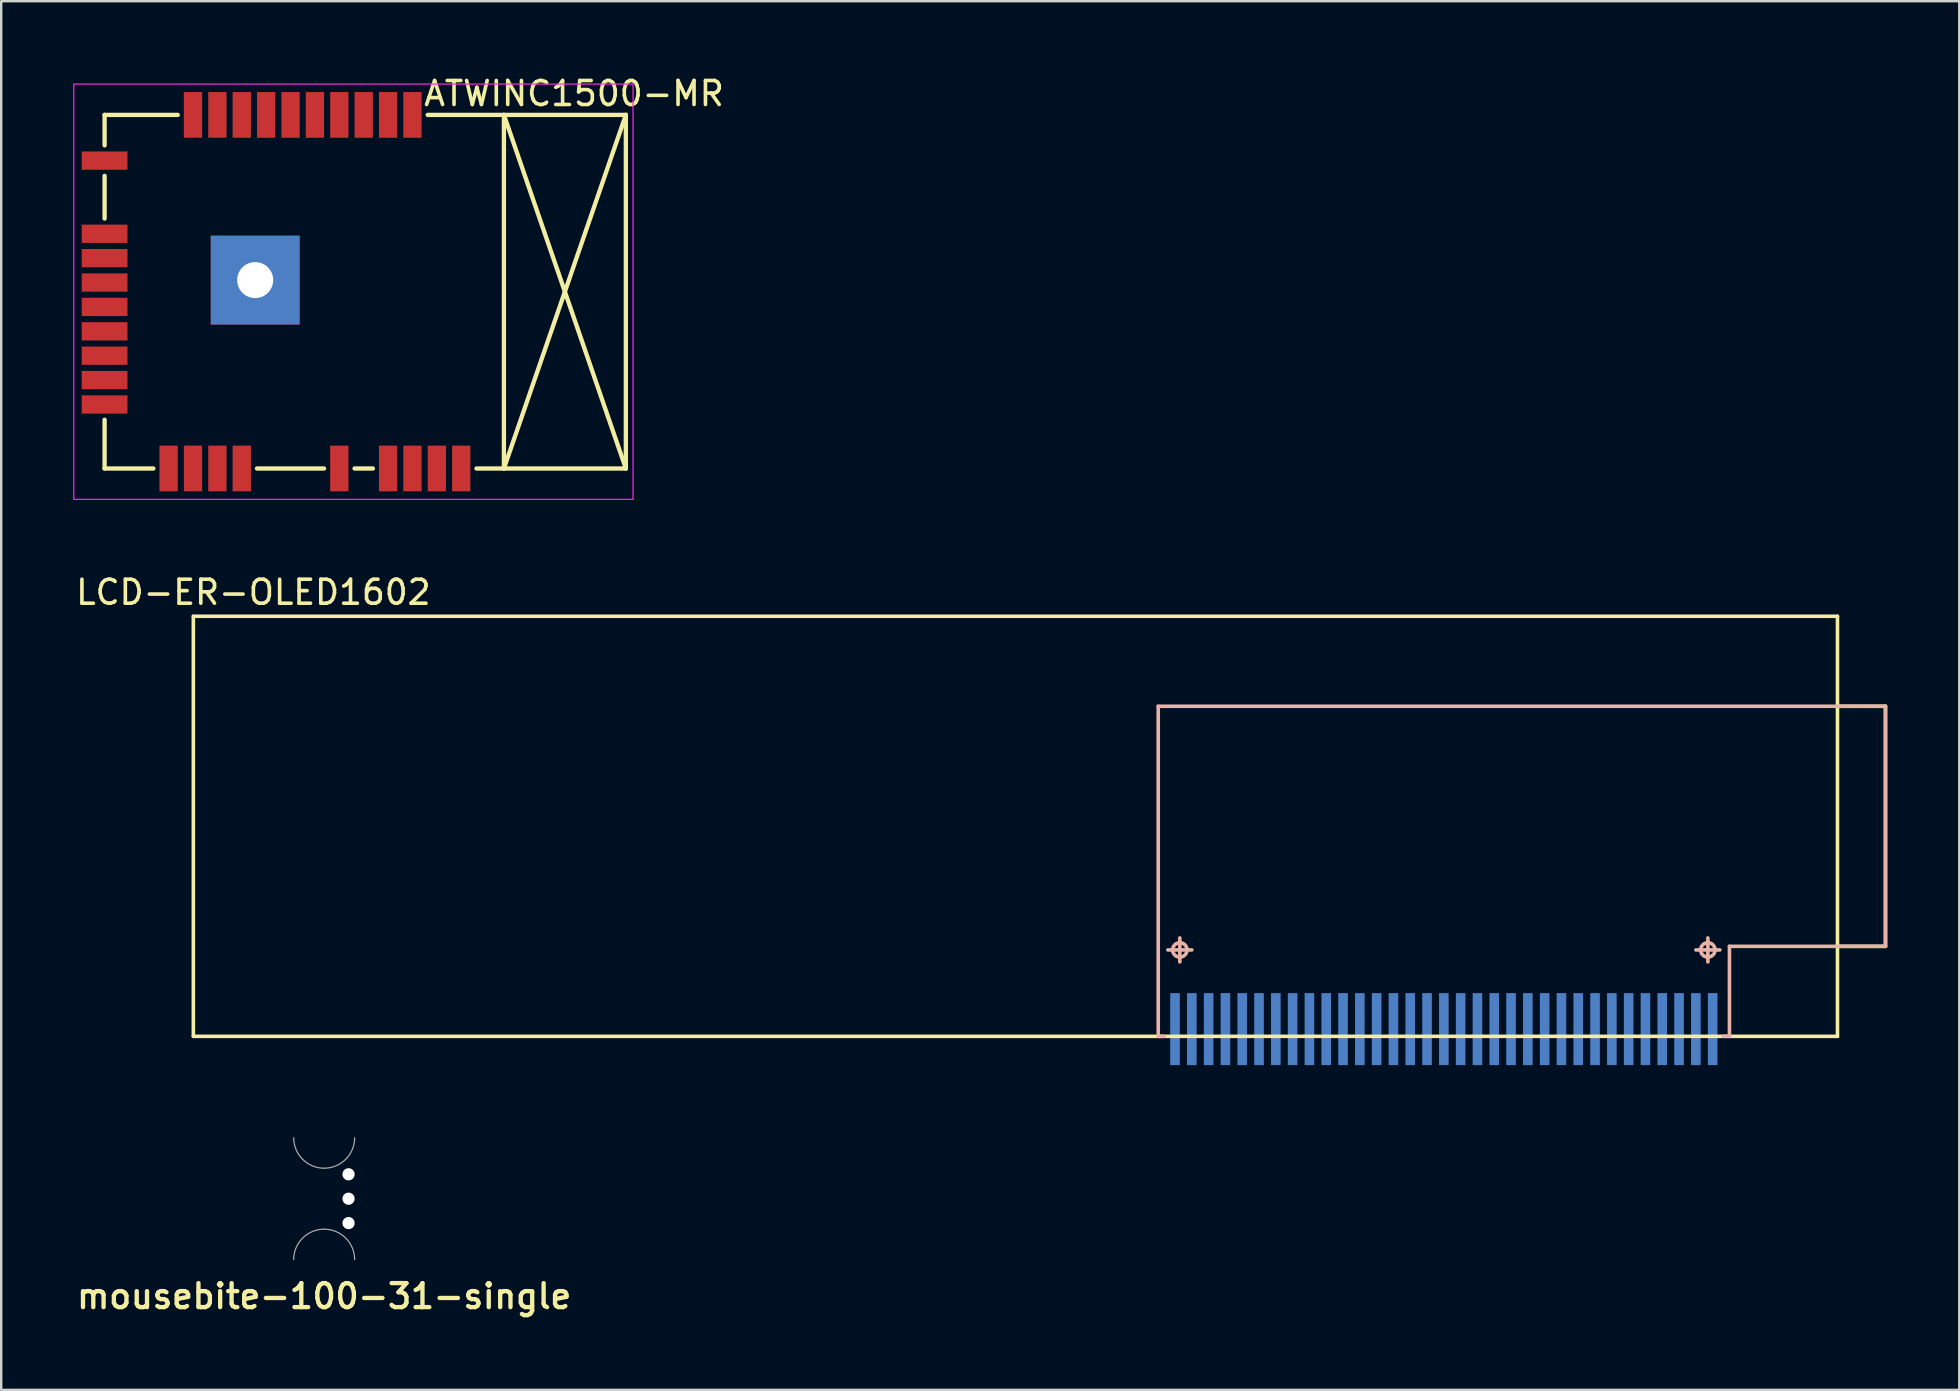
<source format=kicad_pcb>
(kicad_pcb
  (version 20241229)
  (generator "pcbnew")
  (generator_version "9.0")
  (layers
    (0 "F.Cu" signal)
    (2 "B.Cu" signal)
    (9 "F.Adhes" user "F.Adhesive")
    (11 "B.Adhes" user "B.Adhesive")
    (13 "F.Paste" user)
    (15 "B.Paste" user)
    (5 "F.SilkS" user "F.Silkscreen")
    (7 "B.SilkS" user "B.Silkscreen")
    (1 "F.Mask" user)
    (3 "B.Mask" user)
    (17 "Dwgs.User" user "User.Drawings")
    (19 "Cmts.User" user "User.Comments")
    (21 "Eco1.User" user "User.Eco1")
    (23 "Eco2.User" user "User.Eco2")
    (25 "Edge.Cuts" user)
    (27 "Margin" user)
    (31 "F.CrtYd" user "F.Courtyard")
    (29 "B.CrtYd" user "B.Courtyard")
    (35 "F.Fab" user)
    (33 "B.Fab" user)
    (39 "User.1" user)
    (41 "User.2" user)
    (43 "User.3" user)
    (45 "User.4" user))
  (footprint "mousebite-100-31-single"
    (layer "F.Cu")
    (at 10.456 46.892)
    (property "Reference" "mousebite-100-31-single" (at 0 4.064 0) (layer "F.SilkS") (effects (font (size 1 1) (thickness 0.18))))
    (attr through_hole)
    (fp_arc (start -1.27 2.54) (mid -0.898026 1.641974) (end 0 1.27) (stroke (width 0.05) (type solid)) (layer "F.Fab"))
    (fp_arc (start 0 -1.27) (mid -0.898026 -1.641974) (end -1.27 -2.54) (stroke (width 0.05) (type solid)) (layer "F.Fab"))
    (fp_arc (start 0 1.27) (mid 0.898026 1.641974) (end 1.27 2.54) (stroke (width 0.05) (type solid)) (layer "F.Fab"))
    (fp_arc (start 1.27 -2.54) (mid 0.898026 -1.641974) (end 0 -1.27) (stroke (width 0.05) (type solid)) (layer "F.Fab"))
    (pad "" np_thru_hole circle (at 1.016 -1.016) (size 0.508 0.508) (drill 0.508) (layers "*.Cu"))
    (pad "" np_thru_hole circle (at 1.016 0) (size 0.508 0.508) (drill 0.508) (layers "*.Cu"))
    (pad "" np_thru_hole circle (at 1.016 1.016) (size 0.508 0.508) (drill 0.508) (layers "*.Cu")))
  (footprint "ATWINC1500-MR"
    (layer "F.Cu")
    (at 23.025 9.103)
    (property "Reference" "ATWINC1500-MR" (at -2.159 -8.255 0) (layer "F.SilkS") (effects (font (size 1 1) (thickness 0.15))))
    (attr through_hole)
    (fp_line (start -21.717 -7.366) (end -21.717 -6.096) (stroke (width 0.18) (type solid)) (layer "F.SilkS"))
    (fp_line (start -21.717 -7.366) (end -18.669 -7.366) (stroke (width 0.18) (type solid)) (layer "F.SilkS"))
    (fp_line (start -21.717 -4.826) (end -21.717 -3.048) (stroke (width 0.18) (type solid)) (layer "F.SilkS"))
    (fp_line (start -21.717 7.366) (end -21.717 5.334) (stroke (width 0.18) (type solid)) (layer "F.SilkS"))
    (fp_line (start -21.717 7.366) (end -19.685 7.366) (stroke (width 0.18) (type solid)) (layer "F.SilkS"))
    (fp_line (start -15.367 7.366) (end -12.573 7.366) (stroke (width 0.18) (type solid)) (layer "F.SilkS"))
    (fp_line (start -11.303 7.366) (end -10.541 7.366) (stroke (width 0.18) (type solid)) (layer "F.SilkS"))
    (fp_line (start -5.08 -7.366) (end -5.08 7.366) (stroke (width 0.18) (type solid)) (layer "F.SilkS"))
    (fp_line (start -5.08 -7.366) (end 0 7.366) (stroke (width 0.18) (type solid)) (layer "F.SilkS"))
    (fp_line (start -5.08 7.366) (end 0 -7.366) (stroke (width 0.18) (type solid)) (layer "F.SilkS"))
    (fp_line (start 0 -7.366) (end -8.255 -7.366) (stroke (width 0.18) (type solid)) (layer "F.SilkS"))
    (fp_line (start 0 -7.366) (end 0 7.366) (stroke (width 0.18) (type solid)) (layer "F.SilkS"))
    (fp_line (start 0 7.366) (end -6.223 7.366) (stroke (width 0.18) (type solid)) (layer "F.SilkS"))
    (fp_line (start -23 -8.65) (end -23 8.65) (stroke (width 0.05) (type solid)) (layer "F.CrtYd"))
    (fp_line (start -23 8.65) (end 0.3 8.65) (stroke (width 0.05) (type solid)) (layer "F.CrtYd"))
    (fp_line (start 0.3 -8.65) (end -23 -8.65) (stroke (width 0.05) (type solid)) (layer "F.CrtYd"))
    (fp_line (start 0.3 8.65) (end 0.3 -8.65) (stroke (width 0.05) (type solid)) (layer "F.CrtYd"))
    (pad "1" smd rect (at -19.05 7.366) (size 0.762 1.905) (layers "F.Cu" "F.Mask" "F.Paste"))
    (pad "2" smd rect (at -18.034 7.366) (size 0.762 1.905) (layers "F.Cu" "F.Mask" "F.Paste"))
    (pad "3" smd rect (at -17.018 7.366) (size 0.762 1.905) (layers "F.Cu" "F.Mask" "F.Paste"))
    (pad "4" smd rect (at -16.002 7.366) (size 0.762 1.905) (layers "F.Cu" "F.Mask" "F.Paste"))
    (pad "5" smd rect (at -11.938 7.366) (size 0.762 1.905) (layers "F.Cu" "F.Mask" "F.Paste"))
    (pad "6" smd rect (at -9.906 7.366) (size 0.762 1.905) (layers "F.Cu" "F.Mask" "F.Paste"))
    (pad "7" smd rect (at -8.89 7.366) (size 0.762 1.905) (layers "F.Cu" "F.Mask" "F.Paste"))
    (pad "8" smd rect (at -7.874 7.366) (size 0.762 1.905) (layers "F.Cu" "F.Mask" "F.Paste"))
    (pad "9" smd rect (at -6.858 7.366) (size 0.762 1.905) (layers "F.Cu" "F.Mask" "F.Paste"))
    (pad "10" smd rect (at -8.89 -7.366) (size 0.762 1.905) (layers "F.Cu" "F.Mask" "F.Paste"))
    (pad "11" smd rect (at -9.906 -7.366) (size 0.762 1.905) (layers "F.Cu" "F.Mask" "F.Paste"))
    (pad "12" smd rect (at -10.922 -7.366) (size 0.762 1.905) (layers "F.Cu" "F.Mask" "F.Paste"))
    (pad "13" smd rect (at -11.938 -7.366) (size 0.762 1.905) (layers "F.Cu" "F.Mask" "F.Paste"))
    (pad "14" smd rect (at -12.954 -7.366) (size 0.762 1.905) (layers "F.Cu" "F.Mask" "F.Paste"))
    (pad "15" smd rect (at -13.97 -7.366) (size 0.762 1.905) (layers "F.Cu" "F.Mask" "F.Paste"))
    (pad "16" smd rect (at -14.986 -7.366) (size 0.762 1.905) (layers "F.Cu" "F.Mask" "F.Paste"))
    (pad "17" smd rect (at -16.002 -7.366) (size 0.762 1.905) (layers "F.Cu" "F.Mask" "F.Paste"))
    (pad "18" smd rect (at -17.018 -7.366) (size 0.762 1.905) (layers "F.Cu" "F.Mask" "F.Paste"))
    (pad "19" smd rect (at -18.034 -7.366) (size 0.762 1.905) (layers "F.Cu" "F.Mask" "F.Paste"))
    (pad "20" smd rect (at -21.717 -5.461 90) (size 0.762 1.905) (layers "F.Cu" "F.Mask" "F.Paste"))
    (pad "21" smd rect (at -21.717 -2.413 90) (size 0.762 1.905) (layers "F.Cu" "F.Mask" "F.Paste"))
    (pad "22" smd rect (at -21.717 -1.397 90) (size 0.762 1.905) (layers "F.Cu" "F.Mask" "F.Paste"))
    (pad "23" smd rect (at -21.717 -0.381 90) (size 0.762 1.905) (layers "F.Cu" "F.Mask" "F.Paste"))
    (pad "24" smd rect (at -21.717 0.635 90) (size 0.762 1.905) (layers "F.Cu" "F.Mask" "F.Paste"))
    (pad "25" smd rect (at -21.717 1.651 90) (size 0.762 1.905) (layers "F.Cu" "F.Mask" "F.Paste"))
    (pad "26" smd rect (at -21.717 2.667 90) (size 0.762 1.905) (layers "F.Cu" "F.Mask" "F.Paste"))
    (pad "27" smd rect (at -21.717 3.683 90) (size 0.762 1.905) (layers "F.Cu" "F.Mask" "F.Paste"))
    (pad "28" smd rect (at -21.717 4.699 90) (size 0.762 1.905) (layers "F.Cu" "F.Mask" "F.Paste"))
    (pad "29" thru_hole rect (at -15.443 -0.483) (size 3.7 3.7) (drill 1.5) (layers "*.Cu" "*.Mask")))
  (footprint "LCD-ER-OLED1602"
    (layer "F.Cu")
    (at 37.256 31.377)
    (property "Reference" "LCD-ER-OLED1602" (at -29.75 -9.75 0) (layer "F.SilkS") (effects (font (size 1 1) (thickness 0.15))))
    (attr through_hole)
    (fp_line (start -32.25 -8.75) (end 36.25 -8.75) (stroke (width 0.15) (type solid)) (layer "F.SilkS"))
    (fp_line (start -32.25 8.75) (end -32.25 -8.75) (stroke (width 0.15) (type solid)) (layer "F.SilkS"))
    (fp_line (start -32.25 8.75) (end 36.25 8.75) (stroke (width 0.15) (type solid)) (layer "F.SilkS"))
    (fp_line (start 36.25 -5) (end 38.25 -5) (stroke (width 0.15) (type solid)) (layer "F.SilkS"))
    (fp_line (start 36.25 8.75) (end 36.25 -8.75) (stroke (width 0.15) (type solid)) (layer "F.SilkS"))
    (fp_line (start 38.25 -5) (end 38.25 5) (stroke (width 0.15) (type solid)) (layer "F.SilkS"))
    (fp_line (start 38.25 5) (end 36.25 5) (stroke (width 0.15) (type solid)) (layer "F.SilkS"))
    (fp_line (start 7.95 -5) (end 7.95 8.75) (stroke (width 0.15) (type solid)) (layer "B.SilkS"))
    (fp_line (start 7.95 8.75) (end 8.2 8.75) (stroke (width 0.15) (type solid)) (layer "B.SilkS"))
    (fp_line (start 8.35 5.15) (end 9.35 5.15) (stroke (width 0.15) (type solid)) (layer "B.SilkS"))
    (fp_line (start 8.85 4.65) (end 8.85 5.65) (stroke (width 0.15) (type solid)) (layer "B.SilkS"))
    (fp_line (start 30.35 5.15) (end 31.35 5.15) (stroke (width 0.15) (type solid)) (layer "B.SilkS"))
    (fp_line (start 30.85 4.65) (end 30.85 5.65) (stroke (width 0.15) (type solid)) (layer "B.SilkS"))
    (fp_line (start 31.75 5) (end 38.25 5) (stroke (width 0.15) (type solid)) (layer "B.SilkS"))
    (fp_line (start 31.75 8.75) (end 31.5 8.75) (stroke (width 0.15) (type solid)) (layer "B.SilkS"))
    (fp_line (start 31.75 8.75) (end 31.75 5) (stroke (width 0.15) (type solid)) (layer "B.SilkS"))
    (fp_line (start 38.25 -5) (end 7.95 -5) (stroke (width 0.15) (type solid)) (layer "B.SilkS"))
    (fp_line (start 38.25 5) (end 38.25 -5) (stroke (width 0.15) (type solid)) (layer "B.SilkS"))
    (fp_circle (center 8.85 5.15) (end 9.15 5.15) (stroke (width 0.15) (type solid)) (fill no) (layer "B.SilkS"))
    (fp_circle (center 30.85 5.15) (end 31.15 5.15) (stroke (width 0.15) (type solid)) (fill no) (layer "B.SilkS"))
    (pad "1" smd rect (at 31.05 8.45) (size 0.4 3) (layers "B.Cu" "B.Mask" "B.Paste"))
    (pad "2" smd rect (at 30.35 8.45) (size 0.4 3) (layers "B.Cu" "B.Mask" "B.Paste"))
    (pad "3" smd rect (at 29.65 8.45) (size 0.4 3) (layers "B.Cu" "B.Mask" "B.Paste"))
    (pad "4" smd rect (at 28.95 8.45) (size 0.4 3) (layers "B.Cu" "B.Mask" "B.Paste"))
    (pad "5" smd rect (at 28.25 8.45) (size 0.4 3) (layers "B.Cu" "B.Mask" "B.Paste"))
    (pad "6" smd rect (at 27.55 8.45) (size 0.4 3) (layers "B.Cu" "B.Mask" "B.Paste"))
    (pad "7" smd rect (at 26.85 8.45) (size 0.4 3) (layers "B.Cu" "B.Mask" "B.Paste"))
    (pad "8" smd rect (at 26.15 8.45) (size 0.4 3) (layers "B.Cu" "B.Mask" "B.Paste"))
    (pad "9" smd rect (at 25.45 8.45) (size 0.4 3) (layers "B.Cu" "B.Mask" "B.Paste"))
    (pad "10" smd rect (at 24.75 8.45) (size 0.4 3) (layers "B.Cu" "B.Mask" "B.Paste"))
    (pad "11" smd rect (at 24.05 8.45) (size 0.4 3) (layers "B.Cu" "B.Mask" "B.Paste"))
    (pad "12" smd rect (at 23.35 8.45) (size 0.4 3) (layers "B.Cu" "B.Mask" "B.Paste"))
    (pad "13" smd rect (at 22.65 8.45) (size 0.4 3) (layers "B.Cu" "B.Mask" "B.Paste"))
    (pad "14" smd rect (at 21.95 8.45) (size 0.4 3) (layers "B.Cu" "B.Mask" "B.Paste"))
    (pad "15" smd rect (at 21.25 8.45) (size 0.4 3) (layers "B.Cu" "B.Mask" "B.Paste"))
    (pad "16" smd rect (at 20.55 8.45) (size 0.4 3) (layers "B.Cu" "B.Mask" "B.Paste"))
    (pad "17" smd rect (at 19.85 8.45) (size 0.4 3) (layers "B.Cu" "B.Mask" "B.Paste"))
    (pad "18" smd rect (at 19.15 8.45) (size 0.4 3) (layers "B.Cu" "B.Mask" "B.Paste"))
    (pad "19" smd rect (at 18.45 8.45) (size 0.4 3) (layers "B.Cu" "B.Mask" "B.Paste"))
    (pad "20" smd rect (at 17.75 8.45) (size 0.4 3) (layers "B.Cu" "B.Mask" "B.Paste"))
    (pad "21" smd rect (at 17.05 8.45) (size 0.4 3) (layers "B.Cu" "B.Mask" "B.Paste"))
    (pad "22" smd rect (at 16.35 8.45) (size 0.4 3) (layers "B.Cu" "B.Mask" "B.Paste"))
    (pad "23" smd rect (at 15.65 8.45) (size 0.4 3) (layers "B.Cu" "B.Mask" "B.Paste"))
    (pad "24" smd rect (at 14.95 8.45) (size 0.4 3) (layers "B.Cu" "B.Mask" "B.Paste"))
    (pad "25" smd rect (at 14.25 8.45) (size 0.4 3) (layers "B.Cu" "B.Mask" "B.Paste"))
    (pad "26" smd rect (at 13.55 8.45) (size 0.4 3) (layers "B.Cu" "B.Mask" "B.Paste"))
    (pad "27" smd rect (at 12.85 8.45) (size 0.4 3) (layers "B.Cu" "B.Mask" "B.Paste"))
    (pad "28" smd rect (at 12.15 8.45) (size 0.4 3) (layers "B.Cu" "B.Mask" "B.Paste"))
    (pad "29" smd rect (at 11.45 8.45) (size 0.4 3) (layers "B.Cu" "B.Mask" "B.Paste"))
    (pad "30" smd rect (at 10.75 8.45) (size 0.4 3) (layers "B.Cu" "B.Mask" "B.Paste"))
    (pad "31" smd rect (at 10.05 8.45) (size 0.4 3) (layers "B.Cu" "B.Mask" "B.Paste"))
    (pad "32" smd rect (at 9.35 8.45) (size 0.4 3) (layers "B.Cu" "B.Mask" "B.Paste"))
    (pad "33" smd rect (at 8.65 8.45) (size 0.4 3) (layers "B.Cu" "B.Mask" "B.Paste")))
  (gr_rect
    (start -3 -3)
    (end 78.581 54.856)
    (stroke (width 0.1) (type default))
    (fill no)
    (layer "Edge.Cuts")))
</source>
